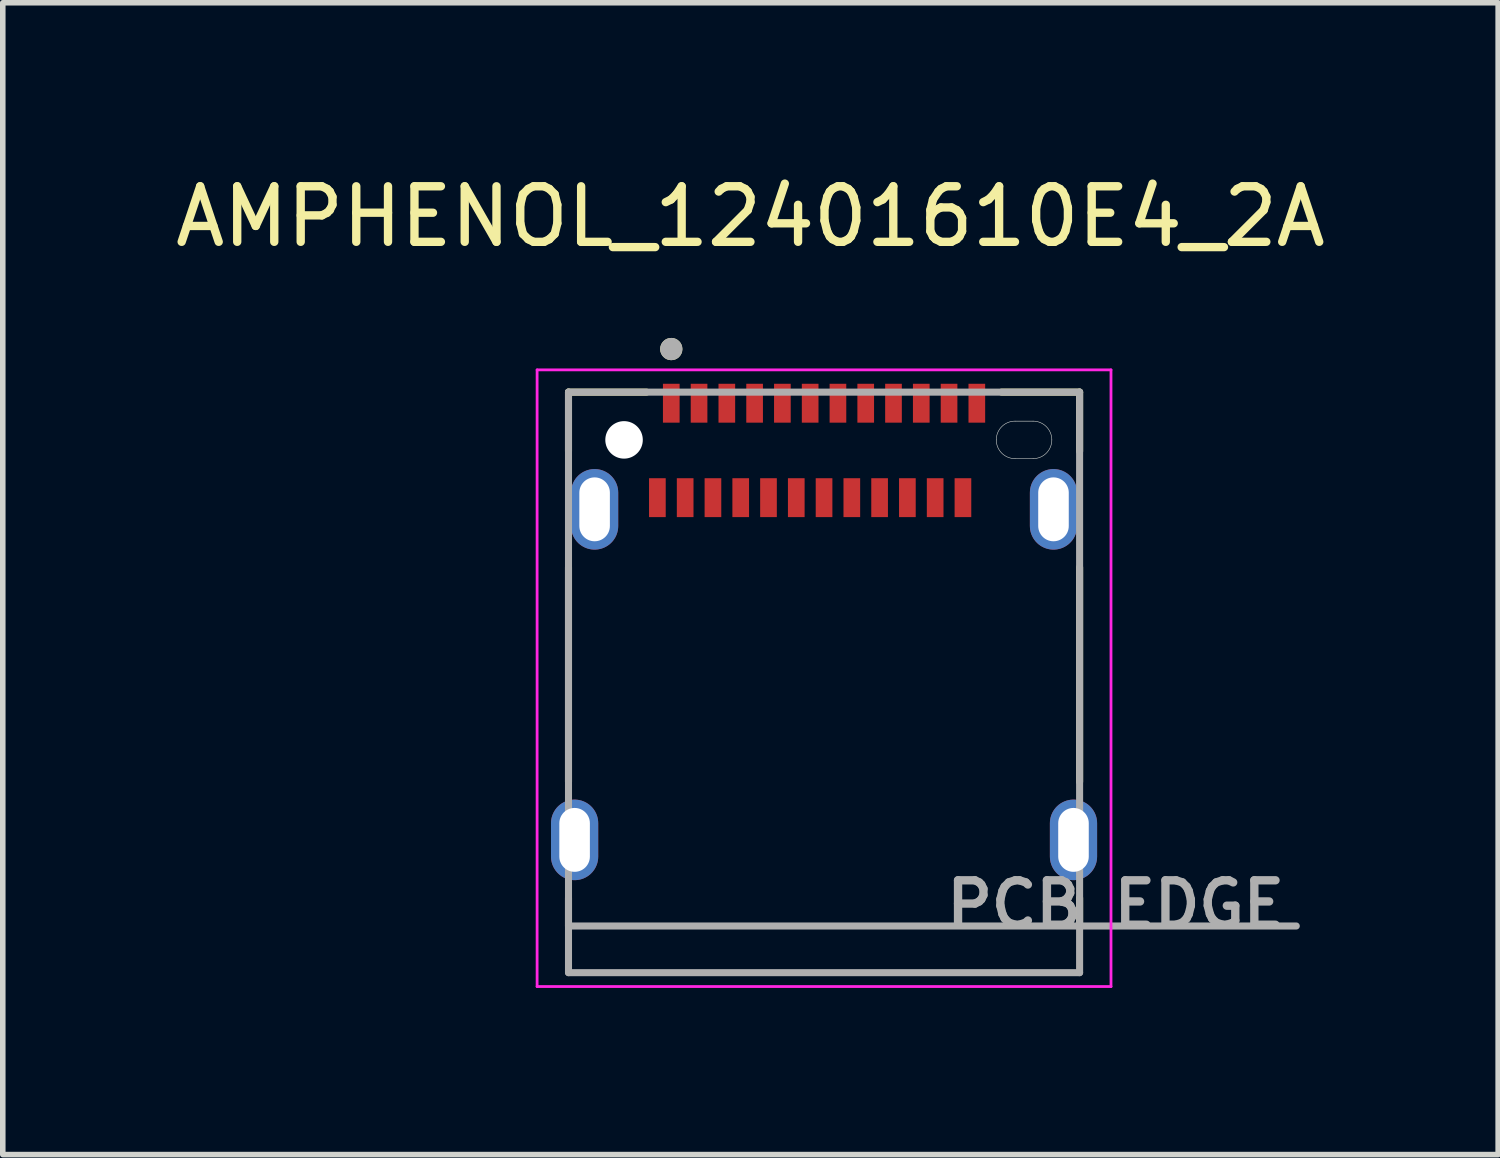
<source format=kicad_pcb>
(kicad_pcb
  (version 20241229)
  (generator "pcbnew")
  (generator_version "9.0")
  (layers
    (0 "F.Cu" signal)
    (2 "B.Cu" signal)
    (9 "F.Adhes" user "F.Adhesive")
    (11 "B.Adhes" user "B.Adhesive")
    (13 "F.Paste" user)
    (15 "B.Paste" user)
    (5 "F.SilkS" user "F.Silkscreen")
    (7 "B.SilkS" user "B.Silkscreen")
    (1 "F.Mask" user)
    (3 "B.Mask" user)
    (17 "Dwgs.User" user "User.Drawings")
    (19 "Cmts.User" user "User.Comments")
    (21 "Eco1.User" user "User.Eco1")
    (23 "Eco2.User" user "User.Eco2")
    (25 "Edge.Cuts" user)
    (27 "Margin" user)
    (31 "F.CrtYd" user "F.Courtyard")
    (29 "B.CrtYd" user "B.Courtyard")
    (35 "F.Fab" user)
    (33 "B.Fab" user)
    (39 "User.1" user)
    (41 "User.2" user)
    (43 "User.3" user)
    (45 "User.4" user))
  (footprint "AMPHENOL_12401610E4_2A"
    (layer "F.Cu")
    (at 11.783 9.233)
    (property "Reference" "AMPHENOL_12401610E4_2A" (at -1.325 -8.385 0) (layer "F.SilkS") (effects (font (size 1 1) (thickness 0.15))))
    (attr smd)
    (fp_poly (pts (xy -3.2 -3.725) (xy -2.8 -3.725) (xy -2.8 -2.925) (xy -3.2 -2.925)) (stroke (width 0.01) (type solid)) (fill yes) (layer "F.Mask"))
    (fp_poly (pts (xy -2.95 -5.425) (xy -2.55 -5.425) (xy -2.55 -4.625) (xy -2.95 -4.625)) (stroke (width 0.01) (type solid)) (fill yes) (layer "F.Mask"))
    (fp_poly (pts (xy -2.7 -3.725) (xy -2.3 -3.725) (xy -2.3 -2.925) (xy -2.7 -2.925)) (stroke (width 0.01) (type solid)) (fill yes) (layer "F.Mask"))
    (fp_poly (pts (xy -2.45 -5.425) (xy -2.05 -5.425) (xy -2.05 -4.625) (xy -2.45 -4.625)) (stroke (width 0.01) (type solid)) (fill yes) (layer "F.Mask"))
    (fp_poly (pts (xy -2.2 -3.725) (xy -1.8 -3.725) (xy -1.8 -2.925) (xy -2.2 -2.925)) (stroke (width 0.01) (type solid)) (fill yes) (layer "F.Mask"))
    (fp_poly (pts (xy -1.95 -5.425) (xy -1.55 -5.425) (xy -1.55 -4.625) (xy -1.95 -4.625)) (stroke (width 0.01) (type solid)) (fill yes) (layer "F.Mask"))
    (fp_poly (pts (xy -1.7 -3.725) (xy -1.3 -3.725) (xy -1.3 -2.925) (xy -1.7 -2.925)) (stroke (width 0.01) (type solid)) (fill yes) (layer "F.Mask"))
    (fp_poly (pts (xy -1.45 -5.425) (xy -1.05 -5.425) (xy -1.05 -4.625) (xy -1.45 -4.625)) (stroke (width 0.01) (type solid)) (fill yes) (layer "F.Mask"))
    (fp_poly (pts (xy -1.2 -3.725) (xy -0.8 -3.725) (xy -0.8 -2.925) (xy -1.2 -2.925)) (stroke (width 0.01) (type solid)) (fill yes) (layer "F.Mask"))
    (fp_poly (pts (xy -0.95 -5.425) (xy -0.55 -5.425) (xy -0.55 -4.625) (xy -0.95 -4.625)) (stroke (width 0.01) (type solid)) (fill yes) (layer "F.Mask"))
    (fp_poly (pts (xy -0.7 -3.725) (xy -0.3 -3.725) (xy -0.3 -2.925) (xy -0.7 -2.925)) (stroke (width 0.01) (type solid)) (fill yes) (layer "F.Mask"))
    (fp_poly (pts (xy -0.45 -5.425) (xy -0.05 -5.425) (xy -0.05 -4.625) (xy -0.45 -4.625)) (stroke (width 0.01) (type solid)) (fill yes) (layer "F.Mask"))
    (fp_poly (pts (xy -0.2 -3.725) (xy 0.2 -3.725) (xy 0.2 -2.925) (xy -0.2 -2.925)) (stroke (width 0.01) (type solid)) (fill yes) (layer "F.Mask"))
    (fp_poly (pts (xy 0.05 -5.425) (xy 0.45 -5.425) (xy 0.45 -4.625) (xy 0.05 -4.625)) (stroke (width 0.01) (type solid)) (fill yes) (layer "F.Mask"))
    (fp_poly (pts (xy 0.3 -3.725) (xy 0.7 -3.725) (xy 0.7 -2.925) (xy 0.3 -2.925)) (stroke (width 0.01) (type solid)) (fill yes) (layer "F.Mask"))
    (fp_poly (pts (xy 0.55 -5.425) (xy 0.95 -5.425) (xy 0.95 -4.625) (xy 0.55 -4.625)) (stroke (width 0.01) (type solid)) (fill yes) (layer "F.Mask"))
    (fp_poly (pts (xy 0.8 -3.725) (xy 1.2 -3.725) (xy 1.2 -2.925) (xy 0.8 -2.925)) (stroke (width 0.01) (type solid)) (fill yes) (layer "F.Mask"))
    (fp_poly (pts (xy 1.05 -5.425) (xy 1.45 -5.425) (xy 1.45 -4.625) (xy 1.05 -4.625)) (stroke (width 0.01) (type solid)) (fill yes) (layer "F.Mask"))
    (fp_poly (pts (xy 1.3 -3.725) (xy 1.7 -3.725) (xy 1.7 -2.925) (xy 1.3 -2.925)) (stroke (width 0.01) (type solid)) (fill yes) (layer "F.Mask"))
    (fp_poly (pts (xy 1.55 -5.425) (xy 1.95 -5.425) (xy 1.95 -4.625) (xy 1.55 -4.625)) (stroke (width 0.01) (type solid)) (fill yes) (layer "F.Mask"))
    (fp_poly (pts (xy 1.8 -3.725) (xy 2.2 -3.725) (xy 2.2 -2.925) (xy 1.8 -2.925)) (stroke (width 0.01) (type solid)) (fill yes) (layer "F.Mask"))
    (fp_poly (pts (xy 2.05 -5.425) (xy 2.45 -5.425) (xy 2.45 -4.625) (xy 2.05 -4.625)) (stroke (width 0.01) (type solid)) (fill yes) (layer "F.Mask"))
    (fp_poly (pts (xy 2.3 -3.725) (xy 2.7 -3.725) (xy 2.7 -2.925) (xy 2.3 -2.925)) (stroke (width 0.01) (type solid)) (fill yes) (layer "F.Mask"))
    (fp_poly (pts (xy 2.55 -5.425) (xy 2.95 -5.425) (xy 2.95 -4.625) (xy 2.55 -4.625)) (stroke (width 0.01) (type solid)) (fill yes) (layer "F.Mask"))
    (fp_poly (pts (xy 3.438 -4.803) (xy 3.763 -4.803) (xy 3.785 -4.802) (xy 3.808 -4.8) (xy 3.831 -4.797) (xy 3.853 -4.793) (xy 3.876 -4.788) (xy 3.898 -4.781) (xy 3.919 -4.773) (xy 3.94 -4.765) (xy 3.961 -4.755) (xy 3.981 -4.744) (xy 4.001 -4.732) (xy 4.02 -4.719) (xy 4.038 -4.705) (xy 4.055 -4.69) (xy 4.072 -4.674) (xy 4.088 -4.658) (xy 4.103 -4.64) (xy 4.116 -4.622) (xy 4.129 -4.603) (xy 4.141 -4.584) (xy 4.152 -4.564) (xy 4.162 -4.543) (xy 4.171 -4.522) (xy 4.179 -4.5) (xy 4.185 -4.478) (xy 4.19 -4.456) (xy 4.195 -4.433) (xy 4.198 -4.411) (xy 4.199 -4.388) (xy 4.2 -4.365) (xy 4.199 -4.342) (xy 4.198 -4.319) (xy 4.195 -4.297) (xy 4.19 -4.274) (xy 4.185 -4.252) (xy 4.179 -4.23) (xy 4.171 -4.208) (xy 4.162 -4.187) (xy 4.152 -4.166) (xy 4.141 -4.146) (xy 4.129 -4.127) (xy 4.116 -4.108) (xy 4.103 -4.09) (xy 4.088 -4.072) (xy 4.072 -4.056) (xy 4.055 -4.04) (xy 4.038 -4.025) (xy 4.02 -4.011) (xy 4.001 -3.998) (xy 3.981 -3.986) (xy 3.961 -3.975) (xy 3.94 -3.965) (xy 3.919 -3.957) (xy 3.898 -3.949) (xy 3.876 -3.942) (xy 3.853 -3.937) (xy 3.831 -3.933) (xy 3.808 -3.93) (xy 3.785 -3.928) (xy 3.763 -3.928) (xy 3.438 -3.928) (xy 3.415 -3.928) (xy 3.392 -3.93) (xy 3.369 -3.933) (xy 3.347 -3.937) (xy 3.324 -3.942) (xy 3.302 -3.949) (xy 3.281 -3.957) (xy 3.26 -3.965) (xy 3.239 -3.975) (xy 3.219 -3.986) (xy 3.199 -3.998) (xy 3.18 -4.011) (xy 3.162 -4.025) (xy 3.145 -4.04) (xy 3.128 -4.056) (xy 3.112 -4.072) (xy 3.097 -4.09) (xy 3.084 -4.108) (xy 3.071 -4.127) (xy 3.059 -4.146) (xy 3.048 -4.166) (xy 3.038 -4.187) (xy 3.029 -4.208) (xy 3.021 -4.23) (xy 3.015 -4.252) (xy 3.01 -4.274) (xy 3.005 -4.297) (xy 3.002 -4.319) (xy 3.001 -4.342) (xy 3 -4.365) (xy 3.001 -4.388) (xy 3.002 -4.411) (xy 3.005 -4.433) (xy 3.01 -4.456) (xy 3.015 -4.478) (xy 3.021 -4.5) (xy 3.029 -4.522) (xy 3.038 -4.543) (xy 3.048 -4.564) (xy 3.059 -4.584) (xy 3.071 -4.603) (xy 3.084 -4.622) (xy 3.097 -4.64) (xy 3.112 -4.658) (xy 3.128 -4.674) (xy 3.145 -4.69) (xy 3.162 -4.705) (xy 3.18 -4.719) (xy 3.199 -4.732) (xy 3.219 -4.744) (xy 3.239 -4.755) (xy 3.26 -4.765) (xy 3.281 -4.773) (xy 3.302 -4.781) (xy 3.324 -4.788) (xy 3.347 -4.793) (xy 3.369 -4.797) (xy 3.392 -4.8) (xy 3.415 -4.802) (xy 3.438 -4.803) (xy 3.438 -4.803)) (stroke (width 0.01) (type solid)) (fill yes) (layer "F.Mask"))
    (fp_poly (pts (xy 3.763 -4.803) (xy 3.438 -4.803) (xy 3.415 -4.802) (xy 3.392 -4.8) (xy 3.369 -4.797) (xy 3.347 -4.793) (xy 3.324 -4.788) (xy 3.302 -4.781) (xy 3.281 -4.773) (xy 3.26 -4.765) (xy 3.239 -4.755) (xy 3.219 -4.744) (xy 3.199 -4.732) (xy 3.18 -4.719) (xy 3.162 -4.705) (xy 3.145 -4.69) (xy 3.128 -4.674) (xy 3.112 -4.658) (xy 3.097 -4.64) (xy 3.084 -4.622) (xy 3.071 -4.603) (xy 3.059 -4.584) (xy 3.048 -4.564) (xy 3.038 -4.543) (xy 3.029 -4.522) (xy 3.021 -4.5) (xy 3.015 -4.478) (xy 3.01 -4.456) (xy 3.005 -4.433) (xy 3.002 -4.411) (xy 3.001 -4.388) (xy 3 -4.365) (xy 3.001 -4.342) (xy 3.002 -4.319) (xy 3.005 -4.297) (xy 3.01 -4.274) (xy 3.015 -4.252) (xy 3.021 -4.23) (xy 3.029 -4.208) (xy 3.038 -4.187) (xy 3.048 -4.166) (xy 3.059 -4.146) (xy 3.071 -4.127) (xy 3.084 -4.108) (xy 3.097 -4.09) (xy 3.112 -4.072) (xy 3.128 -4.056) (xy 3.145 -4.04) (xy 3.162 -4.025) (xy 3.18 -4.011) (xy 3.199 -3.998) (xy 3.219 -3.986) (xy 3.239 -3.975) (xy 3.26 -3.965) (xy 3.281 -3.957) (xy 3.302 -3.949) (xy 3.324 -3.942) (xy 3.347 -3.937) (xy 3.369 -3.933) (xy 3.392 -3.93) (xy 3.415 -3.928) (xy 3.438 -3.928) (xy 3.763 -3.928) (xy 3.785 -3.928) (xy 3.808 -3.93) (xy 3.831 -3.933) (xy 3.853 -3.937) (xy 3.876 -3.942) (xy 3.898 -3.949) (xy 3.919 -3.957) (xy 3.94 -3.965) (xy 3.961 -3.975) (xy 3.981 -3.986) (xy 4.001 -3.998) (xy 4.02 -4.011) (xy 4.038 -4.025) (xy 4.055 -4.04) (xy 4.072 -4.056) (xy 4.088 -4.072) (xy 4.103 -4.09) (xy 4.116 -4.108) (xy 4.129 -4.127) (xy 4.141 -4.146) (xy 4.152 -4.166) (xy 4.162 -4.187) (xy 4.171 -4.208) (xy 4.179 -4.23) (xy 4.185 -4.252) (xy 4.19 -4.274) (xy 4.195 -4.297) (xy 4.198 -4.319) (xy 4.199 -4.342) (xy 4.2 -4.365) (xy 4.199 -4.388) (xy 4.198 -4.411) (xy 4.195 -4.433) (xy 4.19 -4.456) (xy 4.185 -4.478) (xy 4.179 -4.5) (xy 4.171 -4.522) (xy 4.162 -4.543) (xy 4.152 -4.564) (xy 4.141 -4.584) (xy 4.129 -4.603) (xy 4.116 -4.622) (xy 4.103 -4.64) (xy 4.088 -4.658) (xy 4.072 -4.674) (xy 4.055 -4.69) (xy 4.038 -4.705) (xy 4.02 -4.719) (xy 4.001 -4.732) (xy 3.981 -4.744) (xy 3.961 -4.755) (xy 3.94 -4.765) (xy 3.919 -4.773) (xy 3.898 -4.781) (xy 3.876 -4.788) (xy 3.853 -4.793) (xy 3.831 -4.797) (xy 3.808 -4.8) (xy 3.785 -4.802) (xy 3.763 -4.803) (xy 3.763 -4.803)) (stroke (width 0.01) (type solid)) (fill yes) (layer "B.Mask"))
    (fp_line (start -4.6 -5.225) (end -3.195 -5.225) (stroke (width 0.127) (type solid)) (layer "F.SilkS"))
    (fp_line (start -4.6 -4.16) (end -4.6 -5.225) (stroke (width 0.127) (type solid)) (layer "F.SilkS"))
    (fp_line (start -4.6 1.79) (end -4.6 -2.07) (stroke (width 0.127) (type solid)) (layer "F.SilkS"))
    (fp_line (start -4.6 4.385) (end -4.6 3.88) (stroke (width 0.127) (type solid)) (layer "F.SilkS"))
    (fp_line (start 4.6 -5.225) (end 3.195 -5.225) (stroke (width 0.127) (type solid)) (layer "F.SilkS"))
    (fp_line (start 4.6 -4.16) (end 4.6 -5.225) (stroke (width 0.127) (type solid)) (layer "F.SilkS"))
    (fp_line (start 4.6 1.79) (end 4.6 -2.07) (stroke (width 0.127) (type solid)) (layer "F.SilkS"))
    (fp_line (start 4.6 4.385) (end 4.6 3.88) (stroke (width 0.127) (type solid)) (layer "F.SilkS"))
    (fp_circle (center -2.75 -6) (end -2.65 -6) (stroke (width 0.2) (type solid)) (fill no) (layer "F.SilkS"))
    (fp_line (start 3.438 -4.702) (end 3.763 -4.702) (stroke (width 0.01) (type solid)) (layer "Edge.Cuts"))
    (fp_line (start 3.763 -4.027) (end 3.438 -4.027) (stroke (width 0.01) (type solid)) (layer "Edge.Cuts"))
    (fp_arc (start 3.1 -4.365) (mid 3.198851 -4.603649) (end 3.4375 -4.7025) (stroke (width 0.01) (type solid)) (layer "Edge.Cuts"))
    (fp_arc (start 3.4375 -4.0275) (mid 3.198851 -4.126351) (end 3.1 -4.365) (stroke (width 0.01) (type solid)) (layer "Edge.Cuts"))
    (fp_arc (start 3.7625 -4.7025) (mid 4.001149 -4.603649) (end 4.1 -4.365) (stroke (width 0.01) (type solid)) (layer "Edge.Cuts"))
    (fp_arc (start 4.1 -4.365) (mid 4.001149 -4.126351) (end 3.7625 -4.0275) (stroke (width 0.01) (type solid)) (layer "Edge.Cuts"))
    (fp_line (start -5.165 -5.625) (end -5.165 5.475) (stroke (width 0.05) (type solid)) (layer "F.CrtYd"))
    (fp_line (start -5.165 5.475) (end 5.165 5.475) (stroke (width 0.05) (type solid)) (layer "F.CrtYd"))
    (fp_line (start 5.165 -5.625) (end -5.165 -5.625) (stroke (width 0.05) (type solid)) (layer "F.CrtYd"))
    (fp_line (start 5.165 5.475) (end 5.165 -5.625) (stroke (width 0.05) (type solid)) (layer "F.CrtYd"))
    (fp_line (start -4.6 -5.225) (end 4.6 -5.225) (stroke (width 0.127) (type solid)) (layer "F.Fab"))
    (fp_line (start -4.6 4.385) (end -4.6 -5.225) (stroke (width 0.127) (type solid)) (layer "F.Fab"))
    (fp_line (start -4.6 4.385) (end 8.5 4.385) (stroke (width 0.127) (type solid)) (layer "F.Fab"))
    (fp_line (start -4.6 5.225) (end -4.6 4.385) (stroke (width 0.127) (type solid)) (layer "F.Fab"))
    (fp_line (start 4.6 -5.225) (end 4.6 5.225) (stroke (width 0.127) (type solid)) (layer "F.Fab"))
    (fp_line (start 4.6 5.225) (end -4.6 5.225) (stroke (width 0.127) (type solid)) (layer "F.Fab"))
    (fp_circle (center -2.75 -6) (end -2.65 -6) (stroke (width 0.2) (type solid)) (fill no) (layer "F.Fab"))
    (fp_text user "PCB EDGE" (at 5.25 4 0) (layer "F.Fab") (effects (font (size 0.8 0.8) (thickness 0.15))))
    (pad "" np_thru_hole circle (at -3.6 -4.365) (size 0.675 0.675) (drill 0.675) (layers "*.Cu" "*.Mask"))
    (pad "A1" smd rect (at -2.75 -5.025) (size 0.3 0.7) (layers "F.Cu" "F.Paste"))
    (pad "A2" smd rect (at -2.25 -5.025) (size 0.3 0.7) (layers "F.Cu" "F.Paste"))
    (pad "A3" smd rect (at -1.75 -5.025) (size 0.3 0.7) (layers "F.Cu" "F.Paste"))
    (pad "A4" smd rect (at -1.25 -5.025) (size 0.3 0.7) (layers "F.Cu" "F.Paste"))
    (pad "A5" smd rect (at -0.75 -5.025) (size 0.3 0.7) (layers "F.Cu" "F.Paste"))
    (pad "A6" smd rect (at -0.25 -5.025) (size 0.3 0.7) (layers "F.Cu" "F.Paste"))
    (pad "A7" smd rect (at 0.25 -5.025) (size 0.3 0.7) (layers "F.Cu" "F.Paste"))
    (pad "A8" smd rect (at 0.75 -5.025) (size 0.3 0.7) (layers "F.Cu" "F.Paste"))
    (pad "A9" smd rect (at 1.25 -5.025) (size 0.3 0.7) (layers "F.Cu" "F.Paste"))
    (pad "A10" smd rect (at 1.75 -5.025) (size 0.3 0.7) (layers "F.Cu" "F.Paste"))
    (pad "A11" smd rect (at 2.25 -5.025) (size 0.3 0.7) (layers "F.Cu" "F.Paste"))
    (pad "A12" smd rect (at 2.75 -5.025) (size 0.3 0.7) (layers "F.Cu" "F.Paste"))
    (pad "B1" smd rect (at 2.5 -3.325) (size 0.3 0.7) (layers "F.Cu" "F.Paste"))
    (pad "B2" smd rect (at 2 -3.325) (size 0.3 0.7) (layers "F.Cu" "F.Paste"))
    (pad "B3" smd rect (at 1.5 -3.325) (size 0.3 0.7) (layers "F.Cu" "F.Paste"))
    (pad "B4" smd rect (at 1 -3.325) (size 0.3 0.7) (layers "F.Cu" "F.Paste"))
    (pad "B5" smd rect (at 0.5 -3.325) (size 0.3 0.7) (layers "F.Cu" "F.Paste"))
    (pad "B6" smd rect (at 0 -3.325) (size 0.3 0.7) (layers "F.Cu" "F.Paste"))
    (pad "B7" smd rect (at -0.5 -3.325) (size 0.3 0.7) (layers "F.Cu" "F.Paste"))
    (pad "B8" smd rect (at -1 -3.325) (size 0.3 0.7) (layers "F.Cu" "F.Paste"))
    (pad "B9" smd rect (at -1.5 -3.325) (size 0.3 0.7) (layers "F.Cu" "F.Paste"))
    (pad "B10" smd rect (at -2 -3.325) (size 0.3 0.7) (layers "F.Cu" "F.Paste"))
    (pad "B11" smd rect (at -2.5 -3.325) (size 0.3 0.7) (layers "F.Cu" "F.Paste"))
    (pad "B12" smd rect (at -3 -3.325) (size 0.3 0.7) (layers "F.Cu" "F.Paste"))
    (pad "SH1" thru_hole oval (at -4.49 2.835) (size 0.85 1.45) (drill oval 0.55 1.15) (layers "*.Cu" "*.Mask"))
    (pad "SH2" thru_hole oval (at 4.49 2.835) (size 0.85 1.45) (drill oval 0.55 1.15) (layers "*.Cu" "*.Mask"))
    (pad "SH3" thru_hole oval (at -4.13 -3.115) (size 0.85 1.45) (drill oval 0.55 1.15) (layers "*.Cu" "*.Mask"))
    (pad "SH4" thru_hole oval (at 4.13 -3.115) (size 0.85 1.45) (drill oval 0.55 1.15) (layers "*.Cu" "*.Mask"))
    (zone (net_name "") (layer "F.Cu") (hatch full 0.508) (connect_pads) (min_thickness 0.01) (filled_areas_thickness no) (keepout (tracks not_allowed) (vias not_allowed) (pads not_allowed) (copperpour not_allowed) (footprints allowed)) (placement (enabled no)) (fill) (polygon (pts (xy 8.033 6.818) (xy 15.533 6.818) (xy 15.533 13.618) (xy 8.033 13.618))))
    (zone (net_name "") (layers "F.Cu" "B.Cu") (hatch full 0.508) (connect_pads) (min_thickness 0.01) (filled_areas_thickness no) (keepout (tracks allowed) (vias not_allowed) (pads allowed) (copperpour allowed) (footprints allowed)) (placement (enabled no)) (fill) (polygon (pts (xy 8.033 6.818) (xy 15.533 6.818) (xy 15.533 13.618) (xy 8.033 13.618)))))
  (gr_rect
    (start -3 -3)
    (end 23.917 17.733)
    (stroke (width 0.1) (type default))
    (fill no)
    (layer "Edge.Cuts")))
</source>
